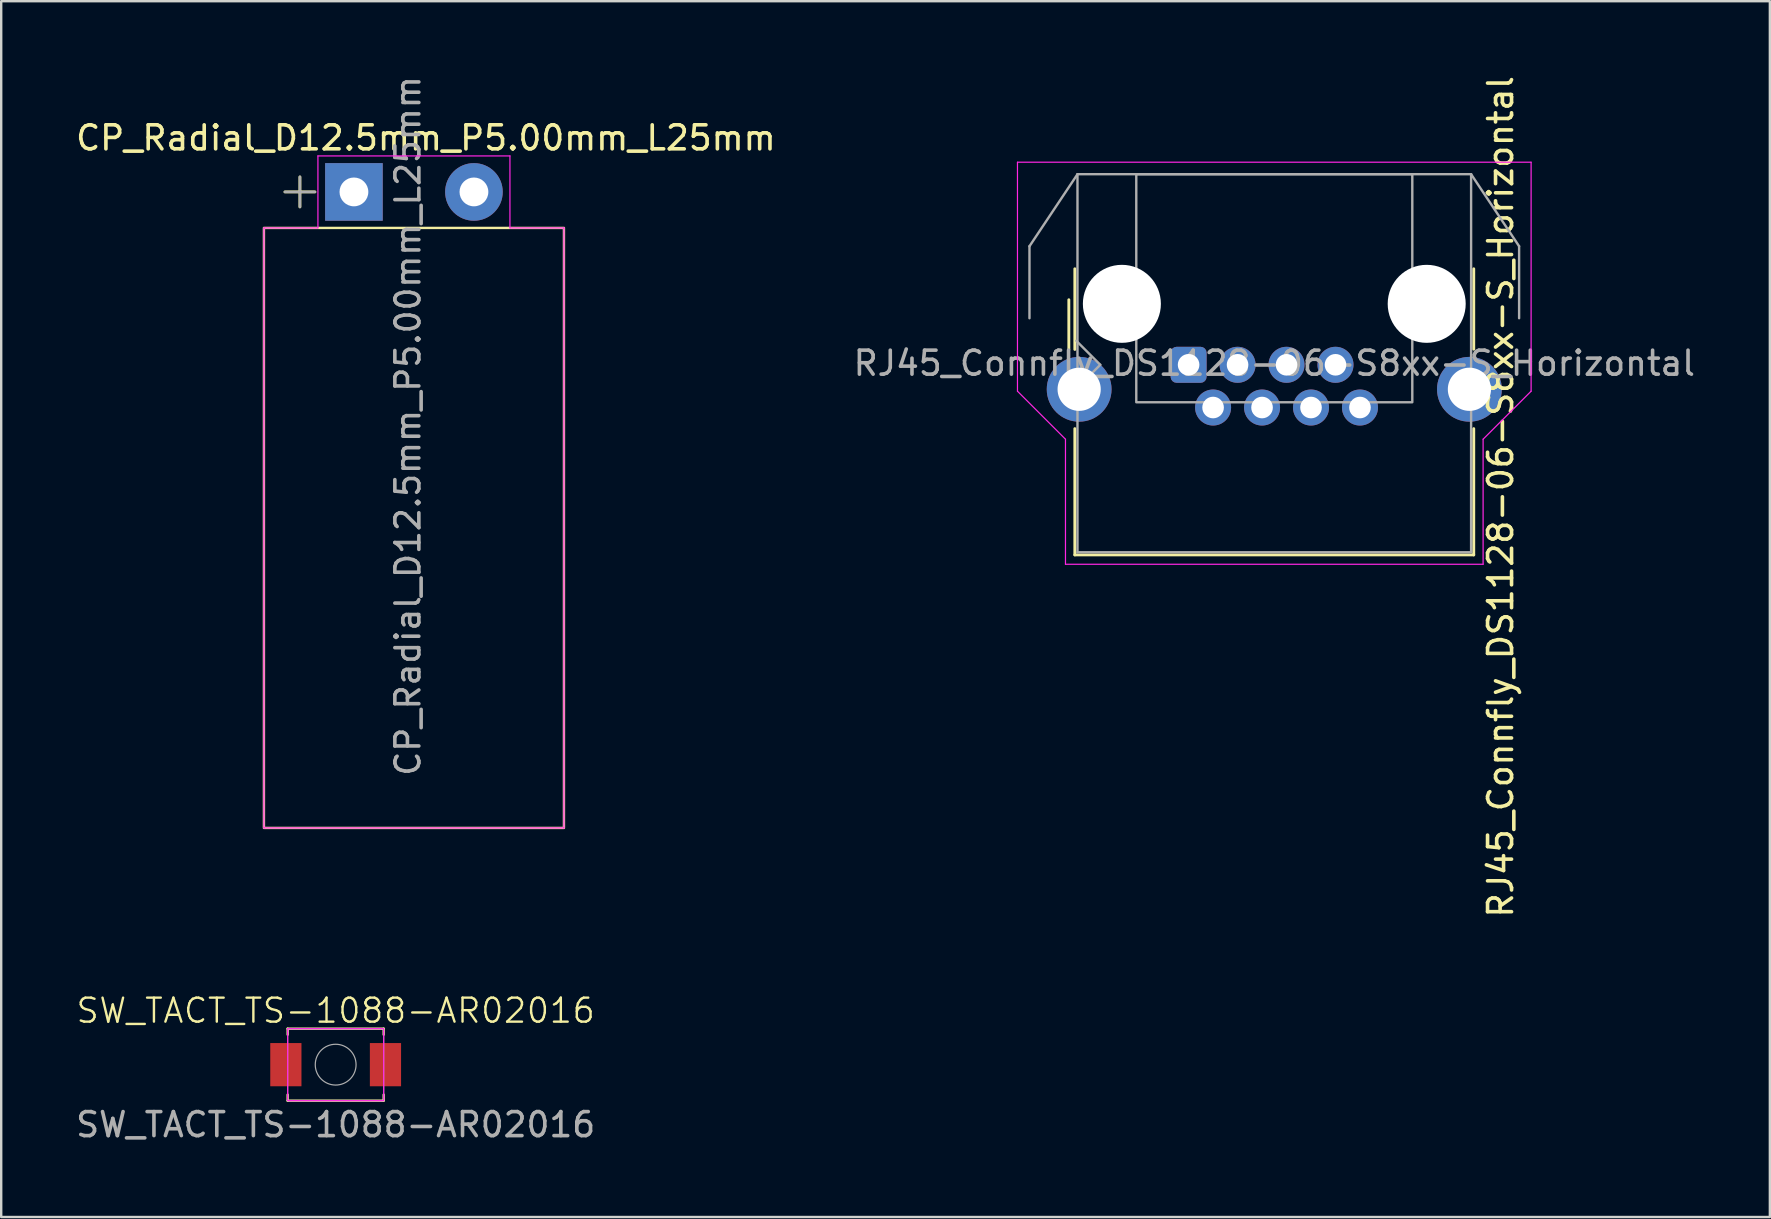
<source format=kicad_pcb>
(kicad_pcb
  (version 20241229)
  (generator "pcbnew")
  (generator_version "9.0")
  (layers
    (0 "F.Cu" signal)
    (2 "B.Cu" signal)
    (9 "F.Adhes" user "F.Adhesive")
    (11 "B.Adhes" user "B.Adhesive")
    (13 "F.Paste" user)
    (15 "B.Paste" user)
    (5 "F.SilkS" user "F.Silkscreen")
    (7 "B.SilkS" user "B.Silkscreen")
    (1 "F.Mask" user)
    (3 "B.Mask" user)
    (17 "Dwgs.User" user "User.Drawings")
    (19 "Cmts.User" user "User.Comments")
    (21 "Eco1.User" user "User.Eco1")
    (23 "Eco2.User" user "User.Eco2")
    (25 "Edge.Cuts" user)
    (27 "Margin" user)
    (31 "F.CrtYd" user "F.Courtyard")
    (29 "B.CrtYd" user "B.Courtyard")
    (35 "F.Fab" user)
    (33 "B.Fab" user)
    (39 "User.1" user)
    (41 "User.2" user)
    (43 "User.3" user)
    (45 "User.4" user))
  (footprint "SW_TACT_TS-1088-AR02016"
    (layer "F.Cu")
    (at 10.935 41.308)
    (property "Reference" "SW_TACT_TS-1088-AR02016" (at 0 -2.25 0) (unlocked yes) (layer "F.SilkS") (effects (font (size 1 1) (thickness 0.1))))
    (attr smd)
    (fp_line (start -2 -1.5) (end 2 -1.5) (stroke (width 0.1) (type default)) (layer "F.SilkS"))
    (fp_line (start -2 -1.25) (end -2 -1.5) (stroke (width 0.1) (type default)) (layer "F.SilkS"))
    (fp_line (start -2 1.5) (end -2 1.25) (stroke (width 0.1) (type default)) (layer "F.SilkS"))
    (fp_line (start 2 -1.5) (end 2 -1.25) (stroke (width 0.1) (type default)) (layer "F.SilkS"))
    (fp_line (start 2 1.25) (end 2 1.5) (stroke (width 0.1) (type default)) (layer "F.SilkS"))
    (fp_line (start 2 1.5) (end -2 1.5) (stroke (width 0.1) (type default)) (layer "F.SilkS"))
    (fp_rect (start -2 -1.5) (end 2 1.5) (stroke (width 0.05) (type default)) (fill no) (layer "F.CrtYd"))
    (fp_rect (start -2 -1.5) (end 2 1.5) (stroke (width 0.05) (type default)) (fill no) (layer "F.Fab"))
    (fp_circle (center 0 0) (end 0.85 0) (stroke (width 0.05) (type default)) (fill no) (layer "F.Fab"))
    (fp_text user "${REFERENCE}" (at 0 2.5 0) (unlocked yes) (layer "F.Fab") (effects (font (size 1 1) (thickness 0.15))))
    (pad "1" smd rect (at -2.075 0) (size 1.3 1.8) (layers "F.Cu" "F.Mask" "F.Paste"))
    (pad "2" smd rect (at 2.075 0) (size 1.3 1.8) (layers "F.Cu" "F.Mask" "F.Paste")))
  (footprint "CP_Radial_D12.5mm_P5.00mm_L25mm"
    (layer "F.Cu")
    (at 11.696 4.946)
    (property "Reference" "CP_Radial_D12.5mm_P5.00mm_L25mm" (at 3 -2.25 0) (layer "F.SilkS") (effects (font (size 1 1) (thickness 0.15))))
    (attr through_hole)
    (fp_line (start -2.875 0) (end -1.625 0) (stroke (width 0.12) (type solid)) (layer "F.SilkS"))
    (fp_line (start -2.25 -0.625) (end -2.25 0.625) (stroke (width 0.12) (type solid)) (layer "F.SilkS"))
    (fp_rect (start -3.75 1.5) (end 8.75 26.5) (stroke (width 0.1) (type default)) (fill no) (layer "F.SilkS"))
    (fp_line (start -3.75 1.5) (end -1.5 1.5) (stroke (width 0.05) (type default)) (layer "F.CrtYd"))
    (fp_line (start -3.75 26.5) (end -3.75 1.5) (stroke (width 0.05) (type default)) (layer "F.CrtYd"))
    (fp_line (start -1.5 -1.5) (end 6.5 -1.5) (stroke (width 0.05) (type default)) (layer "F.CrtYd"))
    (fp_line (start -1.5 1.5) (end -1.5 -1.5) (stroke (width 0.05) (type default)) (layer "F.CrtYd"))
    (fp_line (start 6.5 -1.5) (end 6.5 1.5) (stroke (width 0.05) (type default)) (layer "F.CrtYd"))
    (fp_line (start 6.5 1.5) (end 8.75 1.5) (stroke (width 0.05) (type default)) (layer "F.CrtYd"))
    (fp_line (start 8.75 1.5) (end 8.75 26.5) (stroke (width 0.05) (type default)) (layer "F.CrtYd"))
    (fp_line (start 8.75 26.5) (end -3.75 26.5) (stroke (width 0.05) (type default)) (layer "F.CrtYd"))
    (fp_line (start -2.875 0) (end -1.625 0) (stroke (width 0.1) (type solid)) (layer "F.Fab"))
    (fp_line (start -2.25 -0.625) (end -2.25 0.625) (stroke (width 0.1) (type solid)) (layer "F.Fab"))
    (fp_text user "${REFERENCE}" (at 2.25 9.75 90) (layer "F.Fab") (effects (font (size 1 1) (thickness 0.15))))
    (pad "1" thru_hole rect (at 0 0) (size 2.4 2.4) (drill 1.2) (layers "*.Cu" "*.Mask"))
    (pad "2" thru_hole circle (at 5 0) (size 2.4 2.4) (drill 1.2) (layers "*.Cu" "*.Mask")))
  (footprint "RJ45_Connfly_DS1128-06-S8xx-S_Horizontal"
    (layer "F.Cu")
    (at 46.472 12.149)
    (property "Reference" "RJ45_Connfly_DS1128-06-S8xx-S_Horizontal" (at 13 5.5 270) (layer "F.SilkS") (effects (font (size 1 1) (thickness 0.15))))
    (attr through_hole)
    (fp_line (start -4.99 -0.64) (end -4.99 -2.71) (stroke (width 0.12) (type solid)) (layer "F.SilkS"))
    (fp_line (start -4.74 -0.64) (end -4.74 -4) (stroke (width 0.12) (type solid)) (layer "F.SilkS"))
    (fp_line (start -4.74 7.92) (end -4.74 2.66) (stroke (width 0.12) (type solid)) (layer "F.SilkS"))
    (fp_line (start 11.88 -4) (end 11.88 -0.65) (stroke (width 0.12) (type solid)) (layer "F.SilkS"))
    (fp_line (start 11.88 2.66) (end 11.88 7.92) (stroke (width 0.12) (type solid)) (layer "F.SilkS"))
    (fp_line (start 11.88 7.92) (end -4.74 7.92) (stroke (width 0.12) (type solid)) (layer "F.SilkS"))
    (fp_line (start -7.13 -8.44) (end 14.27 -8.44) (stroke (width 0.05) (type default)) (layer "F.CrtYd"))
    (fp_line (start -7.13 1.1) (end -7.13 -8.44) (stroke (width 0.05) (type default)) (layer "F.CrtYd"))
    (fp_line (start -5.13 3.1) (end -7.13 1.1) (stroke (width 0.05) (type default)) (layer "F.CrtYd"))
    (fp_line (start -5.13 8.31) (end -5.13 3.1) (stroke (width 0.05) (type solid)) (layer "F.CrtYd"))
    (fp_line (start -5.13 8.31) (end 12.27 8.31) (stroke (width 0.05) (type solid)) (layer "F.CrtYd"))
    (fp_line (start 12.27 3.1) (end 14.27 1.1) (stroke (width 0.05) (type default)) (layer "F.CrtYd"))
    (fp_line (start 12.27 8.31) (end 12.27 3.1) (stroke (width 0.05) (type solid)) (layer "F.CrtYd"))
    (fp_line (start 14.27 1.1) (end 14.27 -8.44) (stroke (width 0.05) (type default)) (layer "F.CrtYd"))
    (fp_line (start -6.63 -4.94) (end -6.63 -1.94) (stroke (width 0.1) (type default)) (layer "F.Fab"))
    (fp_line (start -4.63 -7.94) (end -6.63 -4.94) (stroke (width 0.1) (type default)) (layer "F.Fab"))
    (fp_line (start -4.63 -7.94) (end 11.77 -7.94) (stroke (width 0.1) (type solid)) (layer "F.Fab"))
    (fp_line (start -4.63 7.81) (end -4.63 -7.94) (stroke (width 0.1) (type solid)) (layer "F.Fab"))
    (fp_line (start -3.68 0) (end -4.68 -1) (stroke (width 0.1) (type default)) (layer "F.Fab"))
    (fp_line (start -3.68 0) (end -4.68 1) (stroke (width 0.1) (type default)) (layer "F.Fab"))
    (fp_line (start 11.77 -7.94) (end 11.77 7.81) (stroke (width 0.1) (type solid)) (layer "F.Fab"))
    (fp_line (start 11.77 -7.94) (end 13.77 -4.94) (stroke (width 0.1) (type default)) (layer "F.Fab"))
    (fp_line (start 11.77 7.81) (end -4.63 7.81) (stroke (width 0.1) (type solid)) (layer "F.Fab"))
    (fp_line (start 13.77 -4.94) (end 13.77 -1.94) (stroke (width 0.1) (type default)) (layer "F.Fab"))
    (fp_rect (start -2.18 -7.94) (end 9.32 1.56) (stroke (width 0.1) (type default)) (fill no) (layer "F.Fab"))
    (fp_text user "${REFERENCE}" (at 3.57 -0.065 180) (layer "F.Fab") (effects (font (size 1 1) (thickness 0.15))))
    (pad "" np_thru_hole circle (at -2.78 -2.54 180) (size 3.25 3.25) (drill 3.25) (layers "*.Cu" "*.Mask"))
    (pad "" np_thru_hole circle (at 9.92 -2.54 180) (size 3.25 3.25) (drill 3.25) (layers "*.Cu" "*.Mask"))
    (pad "1" thru_hole roundrect (at 0 0 180) (size 1.5 1.5) (drill 0.9) (layers "*.Cu" "*.Mask") (roundrect_rratio 0.167))
    (pad "2" thru_hole circle (at 1.02 1.78 180) (size 1.5 1.5) (drill 0.9) (layers "*.Cu" "*.Mask"))
    (pad "3" thru_hole circle (at 2.04 0 180) (size 1.5 1.5) (drill 0.9) (layers "*.Cu" "*.Mask"))
    (pad "4" thru_hole circle (at 3.06 1.78 180) (size 1.5 1.5) (drill 0.9) (layers "*.Cu" "*.Mask"))
    (pad "5" thru_hole circle (at 4.08 0 180) (size 1.5 1.5) (drill 0.9) (layers "*.Cu" "*.Mask"))
    (pad "6" thru_hole circle (at 5.1 1.78 180) (size 1.5 1.5) (drill 0.9) (layers "*.Cu" "*.Mask"))
    (pad "7" thru_hole circle (at 6.12 0 180) (size 1.5 1.5) (drill 0.9) (layers "*.Cu" "*.Mask"))
    (pad "8" thru_hole circle (at 7.14 1.78 180) (size 1.5 1.5) (drill 0.9) (layers "*.Cu" "*.Mask"))
    (pad "SH" thru_hole circle (at -4.56 1.02 180) (size 2.7 2.7) (drill 1.8) (layers "*.Cu" "*.Mask"))
    (pad "SH" thru_hole circle (at 11.7 1.02 180) (size 2.7 2.7) (drill 1.8) (layers "*.Cu" "*.Mask")))
  (gr_rect
    (start -3 -3)
    (end 70.69 47.656)
    (stroke (width 0.1) (type default))
    (fill no)
    (layer "Edge.Cuts")))
</source>
